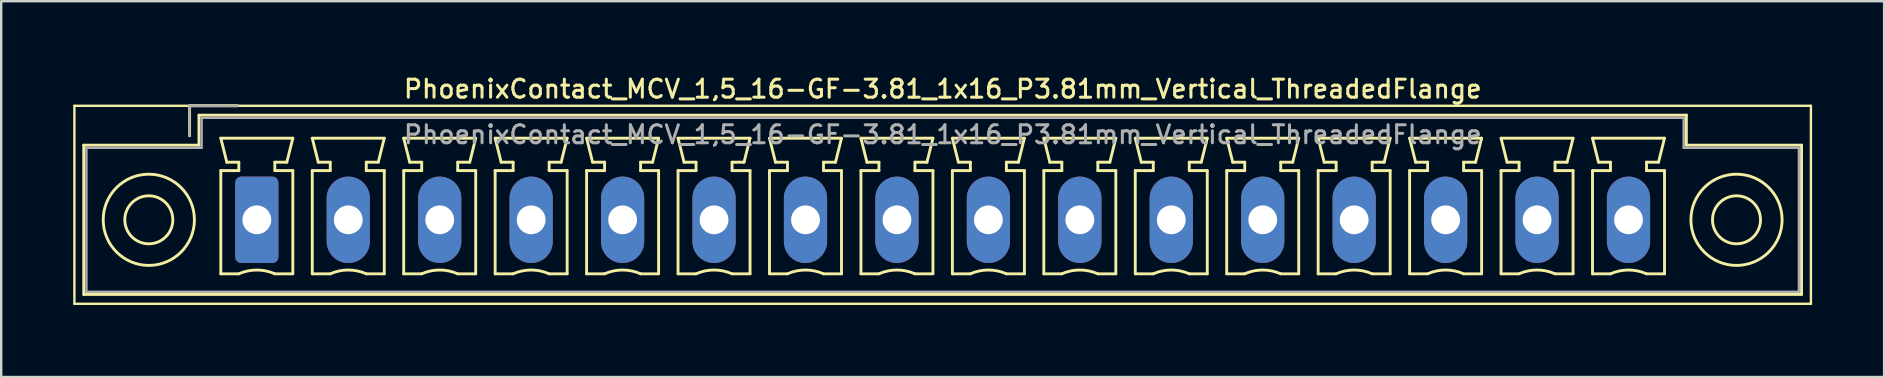
<source format=kicad_pcb>
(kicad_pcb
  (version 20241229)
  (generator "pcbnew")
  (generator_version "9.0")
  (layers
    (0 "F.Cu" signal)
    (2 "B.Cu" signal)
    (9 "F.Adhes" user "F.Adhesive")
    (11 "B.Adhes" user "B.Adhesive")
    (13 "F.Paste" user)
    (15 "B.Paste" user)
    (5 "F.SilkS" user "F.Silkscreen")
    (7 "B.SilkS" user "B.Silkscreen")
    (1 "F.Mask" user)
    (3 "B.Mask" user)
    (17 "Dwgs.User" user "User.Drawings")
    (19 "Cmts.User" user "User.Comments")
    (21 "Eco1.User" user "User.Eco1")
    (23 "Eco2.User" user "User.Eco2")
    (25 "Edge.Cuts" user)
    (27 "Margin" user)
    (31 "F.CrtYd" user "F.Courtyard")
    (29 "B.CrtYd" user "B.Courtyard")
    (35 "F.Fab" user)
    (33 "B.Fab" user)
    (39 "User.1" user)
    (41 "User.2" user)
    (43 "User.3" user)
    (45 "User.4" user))
  (footprint "PhoenixContact_MCV_1,5_16-GF-3.81_1x16_P3.81mm_Vertical_ThreadedFlange"
    (layer "F.Cu")
    (at 7.65 6.108)
    (property "Reference" "PhoenixContact_MCV_1,5_16-GF-3.81_1x16_P3.81mm_Vertical_ThreadedFlange" (at 28.58 -5.45 0) (layer "F.SilkS") (effects (font (size 0.75 0.75) (thickness 0.125))))
    (attr through_hole)
    (fp_line (start -7.6 -4.75) (end -7.6 3.5) (stroke (width 0.1) (type solid)) (layer "F.SilkS"))
    (fp_line (start -7.6 3.5) (end 64.75 3.5) (stroke (width 0.1) (type solid)) (layer "F.SilkS"))
    (fp_line (start -7.21 -3.11) (end -7.21 3.11) (stroke (width 0.12) (type solid)) (layer "F.SilkS"))
    (fp_line (start -7.21 3.11) (end 64.36 3.11) (stroke (width 0.12) (type solid)) (layer "F.SilkS"))
    (fp_line (start -2.8 -4.75) (end -0.8 -4.75) (stroke (width 0.12) (type solid)) (layer "F.SilkS"))
    (fp_line (start -2.8 -3.5) (end -2.8 -4.75) (stroke (width 0.12) (type solid)) (layer "F.SilkS"))
    (fp_line (start -2.41 -4.36) (end -2.41 -3.11) (stroke (width 0.12) (type solid)) (layer "F.SilkS"))
    (fp_line (start -2.41 -3.11) (end -7.21 -3.11) (stroke (width 0.12) (type solid)) (layer "F.SilkS"))
    (fp_line (start -1.5 -3.4) (end 1.5 -3.4) (stroke (width 0.12) (type solid)) (layer "F.SilkS"))
    (fp_line (start -1.5 -2.05) (end -0.75 -2.05) (stroke (width 0.12) (type solid)) (layer "F.SilkS"))
    (fp_line (start -1.5 2.25) (end -1.5 -2.05) (stroke (width 0.12) (type solid)) (layer "F.SilkS"))
    (fp_line (start -1.25 -2.4) (end -1.5 -3.4) (stroke (width 0.12) (type solid)) (layer "F.SilkS"))
    (fp_line (start -0.75 -2.4) (end -1.25 -2.4) (stroke (width 0.12) (type solid)) (layer "F.SilkS"))
    (fp_line (start -0.75 -2.05) (end -0.75 -2.4) (stroke (width 0.12) (type solid)) (layer "F.SilkS"))
    (fp_line (start -0.75 2.25) (end -1.5 2.25) (stroke (width 0.12) (type solid)) (layer "F.SilkS"))
    (fp_line (start 0.75 -2.4) (end 0.75 -2.05) (stroke (width 0.12) (type solid)) (layer "F.SilkS"))
    (fp_line (start 0.75 -2.05) (end 1.5 -2.05) (stroke (width 0.12) (type solid)) (layer "F.SilkS"))
    (fp_line (start 1.25 -2.4) (end 0.75 -2.4) (stroke (width 0.12) (type solid)) (layer "F.SilkS"))
    (fp_line (start 1.5 -3.4) (end 1.25 -2.4) (stroke (width 0.12) (type solid)) (layer "F.SilkS"))
    (fp_line (start 1.5 -2.05) (end 1.5 2.25) (stroke (width 0.12) (type solid)) (layer "F.SilkS"))
    (fp_line (start 1.5 2.25) (end 0.75 2.25) (stroke (width 0.12) (type solid)) (layer "F.SilkS"))
    (fp_line (start 2.31 -3.4) (end 5.31 -3.4) (stroke (width 0.12) (type solid)) (layer "F.SilkS"))
    (fp_line (start 2.31 -2.05) (end 3.06 -2.05) (stroke (width 0.12) (type solid)) (layer "F.SilkS"))
    (fp_line (start 2.31 2.25) (end 2.31 -2.05) (stroke (width 0.12) (type solid)) (layer "F.SilkS"))
    (fp_line (start 2.56 -2.4) (end 2.31 -3.4) (stroke (width 0.12) (type solid)) (layer "F.SilkS"))
    (fp_line (start 3.06 -2.4) (end 2.56 -2.4) (stroke (width 0.12) (type solid)) (layer "F.SilkS"))
    (fp_line (start 3.06 -2.05) (end 3.06 -2.4) (stroke (width 0.12) (type solid)) (layer "F.SilkS"))
    (fp_line (start 3.06 2.25) (end 2.31 2.25) (stroke (width 0.12) (type solid)) (layer "F.SilkS"))
    (fp_line (start 4.56 -2.4) (end 4.56 -2.05) (stroke (width 0.12) (type solid)) (layer "F.SilkS"))
    (fp_line (start 4.56 -2.05) (end 5.31 -2.05) (stroke (width 0.12) (type solid)) (layer "F.SilkS"))
    (fp_line (start 5.06 -2.4) (end 4.56 -2.4) (stroke (width 0.12) (type solid)) (layer "F.SilkS"))
    (fp_line (start 5.31 -3.4) (end 5.06 -2.4) (stroke (width 0.12) (type solid)) (layer "F.SilkS"))
    (fp_line (start 5.31 -2.05) (end 5.31 2.25) (stroke (width 0.12) (type solid)) (layer "F.SilkS"))
    (fp_line (start 5.31 2.25) (end 4.56 2.25) (stroke (width 0.12) (type solid)) (layer "F.SilkS"))
    (fp_line (start 6.12 -3.4) (end 9.12 -3.4) (stroke (width 0.12) (type solid)) (layer "F.SilkS"))
    (fp_line (start 6.12 -2.05) (end 6.87 -2.05) (stroke (width 0.12) (type solid)) (layer "F.SilkS"))
    (fp_line (start 6.12 2.25) (end 6.12 -2.05) (stroke (width 0.12) (type solid)) (layer "F.SilkS"))
    (fp_line (start 6.37 -2.4) (end 6.12 -3.4) (stroke (width 0.12) (type solid)) (layer "F.SilkS"))
    (fp_line (start 6.87 -2.4) (end 6.37 -2.4) (stroke (width 0.12) (type solid)) (layer "F.SilkS"))
    (fp_line (start 6.87 -2.05) (end 6.87 -2.4) (stroke (width 0.12) (type solid)) (layer "F.SilkS"))
    (fp_line (start 6.87 2.25) (end 6.12 2.25) (stroke (width 0.12) (type solid)) (layer "F.SilkS"))
    (fp_line (start 8.37 -2.4) (end 8.37 -2.05) (stroke (width 0.12) (type solid)) (layer "F.SilkS"))
    (fp_line (start 8.37 -2.05) (end 9.12 -2.05) (stroke (width 0.12) (type solid)) (layer "F.SilkS"))
    (fp_line (start 8.87 -2.4) (end 8.37 -2.4) (stroke (width 0.12) (type solid)) (layer "F.SilkS"))
    (fp_line (start 9.12 -3.4) (end 8.87 -2.4) (stroke (width 0.12) (type solid)) (layer "F.SilkS"))
    (fp_line (start 9.12 -2.05) (end 9.12 2.25) (stroke (width 0.12) (type solid)) (layer "F.SilkS"))
    (fp_line (start 9.12 2.25) (end 8.37 2.25) (stroke (width 0.12) (type solid)) (layer "F.SilkS"))
    (fp_line (start 9.93 -3.4) (end 12.93 -3.4) (stroke (width 0.12) (type solid)) (layer "F.SilkS"))
    (fp_line (start 9.93 -2.05) (end 10.68 -2.05) (stroke (width 0.12) (type solid)) (layer "F.SilkS"))
    (fp_line (start 9.93 2.25) (end 9.93 -2.05) (stroke (width 0.12) (type solid)) (layer "F.SilkS"))
    (fp_line (start 10.18 -2.4) (end 9.93 -3.4) (stroke (width 0.12) (type solid)) (layer "F.SilkS"))
    (fp_line (start 10.68 -2.4) (end 10.18 -2.4) (stroke (width 0.12) (type solid)) (layer "F.SilkS"))
    (fp_line (start 10.68 -2.05) (end 10.68 -2.4) (stroke (width 0.12) (type solid)) (layer "F.SilkS"))
    (fp_line (start 10.68 2.25) (end 9.93 2.25) (stroke (width 0.12) (type solid)) (layer "F.SilkS"))
    (fp_line (start 12.18 -2.4) (end 12.18 -2.05) (stroke (width 0.12) (type solid)) (layer "F.SilkS"))
    (fp_line (start 12.18 -2.05) (end 12.93 -2.05) (stroke (width 0.12) (type solid)) (layer "F.SilkS"))
    (fp_line (start 12.68 -2.4) (end 12.18 -2.4) (stroke (width 0.12) (type solid)) (layer "F.SilkS"))
    (fp_line (start 12.93 -3.4) (end 12.68 -2.4) (stroke (width 0.12) (type solid)) (layer "F.SilkS"))
    (fp_line (start 12.93 -2.05) (end 12.93 2.25) (stroke (width 0.12) (type solid)) (layer "F.SilkS"))
    (fp_line (start 12.93 2.25) (end 12.18 2.25) (stroke (width 0.12) (type solid)) (layer "F.SilkS"))
    (fp_line (start 13.74 -3.4) (end 16.74 -3.4) (stroke (width 0.12) (type solid)) (layer "F.SilkS"))
    (fp_line (start 13.74 -2.05) (end 14.49 -2.05) (stroke (width 0.12) (type solid)) (layer "F.SilkS"))
    (fp_line (start 13.74 2.25) (end 13.74 -2.05) (stroke (width 0.12) (type solid)) (layer "F.SilkS"))
    (fp_line (start 13.99 -2.4) (end 13.74 -3.4) (stroke (width 0.12) (type solid)) (layer "F.SilkS"))
    (fp_line (start 14.49 -2.4) (end 13.99 -2.4) (stroke (width 0.12) (type solid)) (layer "F.SilkS"))
    (fp_line (start 14.49 -2.05) (end 14.49 -2.4) (stroke (width 0.12) (type solid)) (layer "F.SilkS"))
    (fp_line (start 14.49 2.25) (end 13.74 2.25) (stroke (width 0.12) (type solid)) (layer "F.SilkS"))
    (fp_line (start 15.99 -2.4) (end 15.99 -2.05) (stroke (width 0.12) (type solid)) (layer "F.SilkS"))
    (fp_line (start 15.99 -2.05) (end 16.74 -2.05) (stroke (width 0.12) (type solid)) (layer "F.SilkS"))
    (fp_line (start 16.49 -2.4) (end 15.99 -2.4) (stroke (width 0.12) (type solid)) (layer "F.SilkS"))
    (fp_line (start 16.74 -3.4) (end 16.49 -2.4) (stroke (width 0.12) (type solid)) (layer "F.SilkS"))
    (fp_line (start 16.74 -2.05) (end 16.74 2.25) (stroke (width 0.12) (type solid)) (layer "F.SilkS"))
    (fp_line (start 16.74 2.25) (end 15.99 2.25) (stroke (width 0.12) (type solid)) (layer "F.SilkS"))
    (fp_line (start 17.55 -3.4) (end 20.55 -3.4) (stroke (width 0.12) (type solid)) (layer "F.SilkS"))
    (fp_line (start 17.55 -2.05) (end 18.3 -2.05) (stroke (width 0.12) (type solid)) (layer "F.SilkS"))
    (fp_line (start 17.55 2.25) (end 17.55 -2.05) (stroke (width 0.12) (type solid)) (layer "F.SilkS"))
    (fp_line (start 17.8 -2.4) (end 17.55 -3.4) (stroke (width 0.12) (type solid)) (layer "F.SilkS"))
    (fp_line (start 18.3 -2.4) (end 17.8 -2.4) (stroke (width 0.12) (type solid)) (layer "F.SilkS"))
    (fp_line (start 18.3 -2.05) (end 18.3 -2.4) (stroke (width 0.12) (type solid)) (layer "F.SilkS"))
    (fp_line (start 18.3 2.25) (end 17.55 2.25) (stroke (width 0.12) (type solid)) (layer "F.SilkS"))
    (fp_line (start 19.8 -2.4) (end 19.8 -2.05) (stroke (width 0.12) (type solid)) (layer "F.SilkS"))
    (fp_line (start 19.8 -2.05) (end 20.55 -2.05) (stroke (width 0.12) (type solid)) (layer "F.SilkS"))
    (fp_line (start 20.3 -2.4) (end 19.8 -2.4) (stroke (width 0.12) (type solid)) (layer "F.SilkS"))
    (fp_line (start 20.55 -3.4) (end 20.3 -2.4) (stroke (width 0.12) (type solid)) (layer "F.SilkS"))
    (fp_line (start 20.55 -2.05) (end 20.55 2.25) (stroke (width 0.12) (type solid)) (layer "F.SilkS"))
    (fp_line (start 20.55 2.25) (end 19.8 2.25) (stroke (width 0.12) (type solid)) (layer "F.SilkS"))
    (fp_line (start 21.36 -3.4) (end 24.36 -3.4) (stroke (width 0.12) (type solid)) (layer "F.SilkS"))
    (fp_line (start 21.36 -2.05) (end 22.11 -2.05) (stroke (width 0.12) (type solid)) (layer "F.SilkS"))
    (fp_line (start 21.36 2.25) (end 21.36 -2.05) (stroke (width 0.12) (type solid)) (layer "F.SilkS"))
    (fp_line (start 21.61 -2.4) (end 21.36 -3.4) (stroke (width 0.12) (type solid)) (layer "F.SilkS"))
    (fp_line (start 22.11 -2.4) (end 21.61 -2.4) (stroke (width 0.12) (type solid)) (layer "F.SilkS"))
    (fp_line (start 22.11 -2.05) (end 22.11 -2.4) (stroke (width 0.12) (type solid)) (layer "F.SilkS"))
    (fp_line (start 22.11 2.25) (end 21.36 2.25) (stroke (width 0.12) (type solid)) (layer "F.SilkS"))
    (fp_line (start 23.61 -2.4) (end 23.61 -2.05) (stroke (width 0.12) (type solid)) (layer "F.SilkS"))
    (fp_line (start 23.61 -2.05) (end 24.36 -2.05) (stroke (width 0.12) (type solid)) (layer "F.SilkS"))
    (fp_line (start 24.11 -2.4) (end 23.61 -2.4) (stroke (width 0.12) (type solid)) (layer "F.SilkS"))
    (fp_line (start 24.36 -3.4) (end 24.11 -2.4) (stroke (width 0.12) (type solid)) (layer "F.SilkS"))
    (fp_line (start 24.36 -2.05) (end 24.36 2.25) (stroke (width 0.12) (type solid)) (layer "F.SilkS"))
    (fp_line (start 24.36 2.25) (end 23.61 2.25) (stroke (width 0.12) (type solid)) (layer "F.SilkS"))
    (fp_line (start 25.17 -3.4) (end 28.17 -3.4) (stroke (width 0.12) (type solid)) (layer "F.SilkS"))
    (fp_line (start 25.17 -2.05) (end 25.92 -2.05) (stroke (width 0.12) (type solid)) (layer "F.SilkS"))
    (fp_line (start 25.17 2.25) (end 25.17 -2.05) (stroke (width 0.12) (type solid)) (layer "F.SilkS"))
    (fp_line (start 25.42 -2.4) (end 25.17 -3.4) (stroke (width 0.12) (type solid)) (layer "F.SilkS"))
    (fp_line (start 25.92 -2.4) (end 25.42 -2.4) (stroke (width 0.12) (type solid)) (layer "F.SilkS"))
    (fp_line (start 25.92 -2.05) (end 25.92 -2.4) (stroke (width 0.12) (type solid)) (layer "F.SilkS"))
    (fp_line (start 25.92 2.25) (end 25.17 2.25) (stroke (width 0.12) (type solid)) (layer "F.SilkS"))
    (fp_line (start 27.42 -2.4) (end 27.42 -2.05) (stroke (width 0.12) (type solid)) (layer "F.SilkS"))
    (fp_line (start 27.42 -2.05) (end 28.17 -2.05) (stroke (width 0.12) (type solid)) (layer "F.SilkS"))
    (fp_line (start 27.92 -2.4) (end 27.42 -2.4) (stroke (width 0.12) (type solid)) (layer "F.SilkS"))
    (fp_line (start 28.17 -3.4) (end 27.92 -2.4) (stroke (width 0.12) (type solid)) (layer "F.SilkS"))
    (fp_line (start 28.17 -2.05) (end 28.17 2.25) (stroke (width 0.12) (type solid)) (layer "F.SilkS"))
    (fp_line (start 28.17 2.25) (end 27.42 2.25) (stroke (width 0.12) (type solid)) (layer "F.SilkS"))
    (fp_line (start 28.98 -3.4) (end 31.98 -3.4) (stroke (width 0.12) (type solid)) (layer "F.SilkS"))
    (fp_line (start 28.98 -2.05) (end 29.73 -2.05) (stroke (width 0.12) (type solid)) (layer "F.SilkS"))
    (fp_line (start 28.98 2.25) (end 28.98 -2.05) (stroke (width 0.12) (type solid)) (layer "F.SilkS"))
    (fp_line (start 29.23 -2.4) (end 28.98 -3.4) (stroke (width 0.12) (type solid)) (layer "F.SilkS"))
    (fp_line (start 29.73 -2.4) (end 29.23 -2.4) (stroke (width 0.12) (type solid)) (layer "F.SilkS"))
    (fp_line (start 29.73 -2.05) (end 29.73 -2.4) (stroke (width 0.12) (type solid)) (layer "F.SilkS"))
    (fp_line (start 29.73 2.25) (end 28.98 2.25) (stroke (width 0.12) (type solid)) (layer "F.SilkS"))
    (fp_line (start 31.23 -2.4) (end 31.23 -2.05) (stroke (width 0.12) (type solid)) (layer "F.SilkS"))
    (fp_line (start 31.23 -2.05) (end 31.98 -2.05) (stroke (width 0.12) (type solid)) (layer "F.SilkS"))
    (fp_line (start 31.73 -2.4) (end 31.23 -2.4) (stroke (width 0.12) (type solid)) (layer "F.SilkS"))
    (fp_line (start 31.98 -3.4) (end 31.73 -2.4) (stroke (width 0.12) (type solid)) (layer "F.SilkS"))
    (fp_line (start 31.98 -2.05) (end 31.98 2.25) (stroke (width 0.12) (type solid)) (layer "F.SilkS"))
    (fp_line (start 31.98 2.25) (end 31.23 2.25) (stroke (width 0.12) (type solid)) (layer "F.SilkS"))
    (fp_line (start 32.79 -3.4) (end 35.79 -3.4) (stroke (width 0.12) (type solid)) (layer "F.SilkS"))
    (fp_line (start 32.79 -2.05) (end 33.54 -2.05) (stroke (width 0.12) (type solid)) (layer "F.SilkS"))
    (fp_line (start 32.79 2.25) (end 32.79 -2.05) (stroke (width 0.12) (type solid)) (layer "F.SilkS"))
    (fp_line (start 33.04 -2.4) (end 32.79 -3.4) (stroke (width 0.12) (type solid)) (layer "F.SilkS"))
    (fp_line (start 33.54 -2.4) (end 33.04 -2.4) (stroke (width 0.12) (type solid)) (layer "F.SilkS"))
    (fp_line (start 33.54 -2.05) (end 33.54 -2.4) (stroke (width 0.12) (type solid)) (layer "F.SilkS"))
    (fp_line (start 33.54 2.25) (end 32.79 2.25) (stroke (width 0.12) (type solid)) (layer "F.SilkS"))
    (fp_line (start 35.04 -2.4) (end 35.04 -2.05) (stroke (width 0.12) (type solid)) (layer "F.SilkS"))
    (fp_line (start 35.04 -2.05) (end 35.79 -2.05) (stroke (width 0.12) (type solid)) (layer "F.SilkS"))
    (fp_line (start 35.54 -2.4) (end 35.04 -2.4) (stroke (width 0.12) (type solid)) (layer "F.SilkS"))
    (fp_line (start 35.79 -3.4) (end 35.54 -2.4) (stroke (width 0.12) (type solid)) (layer "F.SilkS"))
    (fp_line (start 35.79 -2.05) (end 35.79 2.25) (stroke (width 0.12) (type solid)) (layer "F.SilkS"))
    (fp_line (start 35.79 2.25) (end 35.04 2.25) (stroke (width 0.12) (type solid)) (layer "F.SilkS"))
    (fp_line (start 36.6 -3.4) (end 39.6 -3.4) (stroke (width 0.12) (type solid)) (layer "F.SilkS"))
    (fp_line (start 36.6 -2.05) (end 37.35 -2.05) (stroke (width 0.12) (type solid)) (layer "F.SilkS"))
    (fp_line (start 36.6 2.25) (end 36.6 -2.05) (stroke (width 0.12) (type solid)) (layer "F.SilkS"))
    (fp_line (start 36.85 -2.4) (end 36.6 -3.4) (stroke (width 0.12) (type solid)) (layer "F.SilkS"))
    (fp_line (start 37.35 -2.4) (end 36.85 -2.4) (stroke (width 0.12) (type solid)) (layer "F.SilkS"))
    (fp_line (start 37.35 -2.05) (end 37.35 -2.4) (stroke (width 0.12) (type solid)) (layer "F.SilkS"))
    (fp_line (start 37.35 2.25) (end 36.6 2.25) (stroke (width 0.12) (type solid)) (layer "F.SilkS"))
    (fp_line (start 38.85 -2.4) (end 38.85 -2.05) (stroke (width 0.12) (type solid)) (layer "F.SilkS"))
    (fp_line (start 38.85 -2.05) (end 39.6 -2.05) (stroke (width 0.12) (type solid)) (layer "F.SilkS"))
    (fp_line (start 39.35 -2.4) (end 38.85 -2.4) (stroke (width 0.12) (type solid)) (layer "F.SilkS"))
    (fp_line (start 39.6 -3.4) (end 39.35 -2.4) (stroke (width 0.12) (type solid)) (layer "F.SilkS"))
    (fp_line (start 39.6 -2.05) (end 39.6 2.25) (stroke (width 0.12) (type solid)) (layer "F.SilkS"))
    (fp_line (start 39.6 2.25) (end 38.85 2.25) (stroke (width 0.12) (type solid)) (layer "F.SilkS"))
    (fp_line (start 40.41 -3.4) (end 43.41 -3.4) (stroke (width 0.12) (type solid)) (layer "F.SilkS"))
    (fp_line (start 40.41 -2.05) (end 41.16 -2.05) (stroke (width 0.12) (type solid)) (layer "F.SilkS"))
    (fp_line (start 40.41 2.25) (end 40.41 -2.05) (stroke (width 0.12) (type solid)) (layer "F.SilkS"))
    (fp_line (start 40.66 -2.4) (end 40.41 -3.4) (stroke (width 0.12) (type solid)) (layer "F.SilkS"))
    (fp_line (start 41.16 -2.4) (end 40.66 -2.4) (stroke (width 0.12) (type solid)) (layer "F.SilkS"))
    (fp_line (start 41.16 -2.05) (end 41.16 -2.4) (stroke (width 0.12) (type solid)) (layer "F.SilkS"))
    (fp_line (start 41.16 2.25) (end 40.41 2.25) (stroke (width 0.12) (type solid)) (layer "F.SilkS"))
    (fp_line (start 42.66 -2.4) (end 42.66 -2.05) (stroke (width 0.12) (type solid)) (layer "F.SilkS"))
    (fp_line (start 42.66 -2.05) (end 43.41 -2.05) (stroke (width 0.12) (type solid)) (layer "F.SilkS"))
    (fp_line (start 43.16 -2.4) (end 42.66 -2.4) (stroke (width 0.12) (type solid)) (layer "F.SilkS"))
    (fp_line (start 43.41 -3.4) (end 43.16 -2.4) (stroke (width 0.12) (type solid)) (layer "F.SilkS"))
    (fp_line (start 43.41 -2.05) (end 43.41 2.25) (stroke (width 0.12) (type solid)) (layer "F.SilkS"))
    (fp_line (start 43.41 2.25) (end 42.66 2.25) (stroke (width 0.12) (type solid)) (layer "F.SilkS"))
    (fp_line (start 44.22 -3.4) (end 47.22 -3.4) (stroke (width 0.12) (type solid)) (layer "F.SilkS"))
    (fp_line (start 44.22 -2.05) (end 44.97 -2.05) (stroke (width 0.12) (type solid)) (layer "F.SilkS"))
    (fp_line (start 44.22 2.25) (end 44.22 -2.05) (stroke (width 0.12) (type solid)) (layer "F.SilkS"))
    (fp_line (start 44.47 -2.4) (end 44.22 -3.4) (stroke (width 0.12) (type solid)) (layer "F.SilkS"))
    (fp_line (start 44.97 -2.4) (end 44.47 -2.4) (stroke (width 0.12) (type solid)) (layer "F.SilkS"))
    (fp_line (start 44.97 -2.05) (end 44.97 -2.4) (stroke (width 0.12) (type solid)) (layer "F.SilkS"))
    (fp_line (start 44.97 2.25) (end 44.22 2.25) (stroke (width 0.12) (type solid)) (layer "F.SilkS"))
    (fp_line (start 46.47 -2.4) (end 46.47 -2.05) (stroke (width 0.12) (type solid)) (layer "F.SilkS"))
    (fp_line (start 46.47 -2.05) (end 47.22 -2.05) (stroke (width 0.12) (type solid)) (layer "F.SilkS"))
    (fp_line (start 46.97 -2.4) (end 46.47 -2.4) (stroke (width 0.12) (type solid)) (layer "F.SilkS"))
    (fp_line (start 47.22 -3.4) (end 46.97 -2.4) (stroke (width 0.12) (type solid)) (layer "F.SilkS"))
    (fp_line (start 47.22 -2.05) (end 47.22 2.25) (stroke (width 0.12) (type solid)) (layer "F.SilkS"))
    (fp_line (start 47.22 2.25) (end 46.47 2.25) (stroke (width 0.12) (type solid)) (layer "F.SilkS"))
    (fp_line (start 48.03 -3.4) (end 51.03 -3.4) (stroke (width 0.12) (type solid)) (layer "F.SilkS"))
    (fp_line (start 48.03 -2.05) (end 48.78 -2.05) (stroke (width 0.12) (type solid)) (layer "F.SilkS"))
    (fp_line (start 48.03 2.25) (end 48.03 -2.05) (stroke (width 0.12) (type solid)) (layer "F.SilkS"))
    (fp_line (start 48.28 -2.4) (end 48.03 -3.4) (stroke (width 0.12) (type solid)) (layer "F.SilkS"))
    (fp_line (start 48.78 -2.4) (end 48.28 -2.4) (stroke (width 0.12) (type solid)) (layer "F.SilkS"))
    (fp_line (start 48.78 -2.05) (end 48.78 -2.4) (stroke (width 0.12) (type solid)) (layer "F.SilkS"))
    (fp_line (start 48.78 2.25) (end 48.03 2.25) (stroke (width 0.12) (type solid)) (layer "F.SilkS"))
    (fp_line (start 50.28 -2.4) (end 50.28 -2.05) (stroke (width 0.12) (type solid)) (layer "F.SilkS"))
    (fp_line (start 50.28 -2.05) (end 51.03 -2.05) (stroke (width 0.12) (type solid)) (layer "F.SilkS"))
    (fp_line (start 50.78 -2.4) (end 50.28 -2.4) (stroke (width 0.12) (type solid)) (layer "F.SilkS"))
    (fp_line (start 51.03 -3.4) (end 50.78 -2.4) (stroke (width 0.12) (type solid)) (layer "F.SilkS"))
    (fp_line (start 51.03 -2.05) (end 51.03 2.25) (stroke (width 0.12) (type solid)) (layer "F.SilkS"))
    (fp_line (start 51.03 2.25) (end 50.28 2.25) (stroke (width 0.12) (type solid)) (layer "F.SilkS"))
    (fp_line (start 51.84 -3.4) (end 54.84 -3.4) (stroke (width 0.12) (type solid)) (layer "F.SilkS"))
    (fp_line (start 51.84 -2.05) (end 52.59 -2.05) (stroke (width 0.12) (type solid)) (layer "F.SilkS"))
    (fp_line (start 51.84 2.25) (end 51.84 -2.05) (stroke (width 0.12) (type solid)) (layer "F.SilkS"))
    (fp_line (start 52.09 -2.4) (end 51.84 -3.4) (stroke (width 0.12) (type solid)) (layer "F.SilkS"))
    (fp_line (start 52.59 -2.4) (end 52.09 -2.4) (stroke (width 0.12) (type solid)) (layer "F.SilkS"))
    (fp_line (start 52.59 -2.05) (end 52.59 -2.4) (stroke (width 0.12) (type solid)) (layer "F.SilkS"))
    (fp_line (start 52.59 2.25) (end 51.84 2.25) (stroke (width 0.12) (type solid)) (layer "F.SilkS"))
    (fp_line (start 54.09 -2.4) (end 54.09 -2.05) (stroke (width 0.12) (type solid)) (layer "F.SilkS"))
    (fp_line (start 54.09 -2.05) (end 54.84 -2.05) (stroke (width 0.12) (type solid)) (layer "F.SilkS"))
    (fp_line (start 54.59 -2.4) (end 54.09 -2.4) (stroke (width 0.12) (type solid)) (layer "F.SilkS"))
    (fp_line (start 54.84 -3.4) (end 54.59 -2.4) (stroke (width 0.12) (type solid)) (layer "F.SilkS"))
    (fp_line (start 54.84 -2.05) (end 54.84 2.25) (stroke (width 0.12) (type solid)) (layer "F.SilkS"))
    (fp_line (start 54.84 2.25) (end 54.09 2.25) (stroke (width 0.12) (type solid)) (layer "F.SilkS"))
    (fp_line (start 55.65 -3.4) (end 58.65 -3.4) (stroke (width 0.12) (type solid)) (layer "F.SilkS"))
    (fp_line (start 55.65 -2.05) (end 56.4 -2.05) (stroke (width 0.12) (type solid)) (layer "F.SilkS"))
    (fp_line (start 55.65 2.25) (end 55.65 -2.05) (stroke (width 0.12) (type solid)) (layer "F.SilkS"))
    (fp_line (start 55.9 -2.4) (end 55.65 -3.4) (stroke (width 0.12) (type solid)) (layer "F.SilkS"))
    (fp_line (start 56.4 -2.4) (end 55.9 -2.4) (stroke (width 0.12) (type solid)) (layer "F.SilkS"))
    (fp_line (start 56.4 -2.05) (end 56.4 -2.4) (stroke (width 0.12) (type solid)) (layer "F.SilkS"))
    (fp_line (start 56.4 2.25) (end 55.65 2.25) (stroke (width 0.12) (type solid)) (layer "F.SilkS"))
    (fp_line (start 57.9 -2.4) (end 57.9 -2.05) (stroke (width 0.12) (type solid)) (layer "F.SilkS"))
    (fp_line (start 57.9 -2.05) (end 58.65 -2.05) (stroke (width 0.12) (type solid)) (layer "F.SilkS"))
    (fp_line (start 58.4 -2.4) (end 57.9 -2.4) (stroke (width 0.12) (type solid)) (layer "F.SilkS"))
    (fp_line (start 58.65 -3.4) (end 58.4 -2.4) (stroke (width 0.12) (type solid)) (layer "F.SilkS"))
    (fp_line (start 58.65 -2.05) (end 58.65 2.25) (stroke (width 0.12) (type solid)) (layer "F.SilkS"))
    (fp_line (start 58.65 2.25) (end 57.9 2.25) (stroke (width 0.12) (type solid)) (layer "F.SilkS"))
    (fp_line (start 59.56 -4.36) (end -2.41 -4.36) (stroke (width 0.12) (type solid)) (layer "F.SilkS"))
    (fp_line (start 59.56 -3.11) (end 59.56 -4.36) (stroke (width 0.12) (type solid)) (layer "F.SilkS"))
    (fp_line (start 64.36 -3.11) (end 59.56 -3.11) (stroke (width 0.12) (type solid)) (layer "F.SilkS"))
    (fp_line (start 64.36 3.11) (end 64.36 -3.11) (stroke (width 0.12) (type solid)) (layer "F.SilkS"))
    (fp_line (start 64.75 -4.75) (end -7.6 -4.75) (stroke (width 0.1) (type solid)) (layer "F.SilkS"))
    (fp_line (start 64.75 3.5) (end 64.75 -4.75) (stroke (width 0.1) (type solid)) (layer "F.SilkS"))
    (fp_arc (start -0.75 2.25) (mid -0.000193 2.09191) (end 0.749647 2.249844) (stroke (width 0.12) (type solid)) (layer "F.SilkS"))
    (fp_arc (start 3.06 2.25) (mid 3.809807 2.09191) (end 4.559647 2.249844) (stroke (width 0.12) (type solid)) (layer "F.SilkS"))
    (fp_arc (start 6.87 2.25) (mid 7.619807 2.09191) (end 8.369647 2.249844) (stroke (width 0.12) (type solid)) (layer "F.SilkS"))
    (fp_arc (start 10.68 2.25) (mid 11.429807 2.09191) (end 12.179647 2.249844) (stroke (width 0.12) (type solid)) (layer "F.SilkS"))
    (fp_arc (start 14.49 2.25) (mid 15.239807 2.09191) (end 15.989647 2.249844) (stroke (width 0.12) (type solid)) (layer "F.SilkS"))
    (fp_arc (start 18.3 2.25) (mid 19.049807 2.09191) (end 19.799647 2.249844) (stroke (width 0.12) (type solid)) (layer "F.SilkS"))
    (fp_arc (start 22.11 2.25) (mid 22.859807 2.09191) (end 23.609647 2.249844) (stroke (width 0.12) (type solid)) (layer "F.SilkS"))
    (fp_arc (start 25.92 2.25) (mid 26.669807 2.09191) (end 27.419647 2.249844) (stroke (width 0.12) (type solid)) (layer "F.SilkS"))
    (fp_arc (start 29.73 2.25) (mid 30.479807 2.09191) (end 31.229647 2.249844) (stroke (width 0.12) (type solid)) (layer "F.SilkS"))
    (fp_arc (start 33.54 2.25) (mid 34.289807 2.09191) (end 35.039647 2.249844) (stroke (width 0.12) (type solid)) (layer "F.SilkS"))
    (fp_arc (start 37.35 2.25) (mid 38.099807 2.09191) (end 38.849647 2.249844) (stroke (width 0.12) (type solid)) (layer "F.SilkS"))
    (fp_arc (start 41.16 2.25) (mid 41.909807 2.09191) (end 42.659647 2.249844) (stroke (width 0.12) (type solid)) (layer "F.SilkS"))
    (fp_arc (start 44.97 2.25) (mid 45.719807 2.09191) (end 46.469647 2.249844) (stroke (width 0.12) (type solid)) (layer "F.SilkS"))
    (fp_arc (start 48.78 2.25) (mid 49.529807 2.09191) (end 50.279647 2.249844) (stroke (width 0.12) (type solid)) (layer "F.SilkS"))
    (fp_arc (start 52.59 2.25) (mid 53.339807 2.09191) (end 54.089647 2.249844) (stroke (width 0.12) (type solid)) (layer "F.SilkS"))
    (fp_arc (start 56.4 2.25) (mid 57.149807 2.09191) (end 57.899647 2.249844) (stroke (width 0.12) (type solid)) (layer "F.SilkS"))
    (fp_circle (center -4.5 0) (end -3.5 0) (stroke (width 0.12) (type solid)) (fill no) (layer "F.SilkS"))
    (fp_circle (center -4.5 0) (end -2.6 0) (stroke (width 0.12) (type solid)) (fill no) (layer "F.SilkS"))
    (fp_circle (center 61.65 0) (end 62.65 0) (stroke (width 0.12) (type solid)) (fill no) (layer "F.SilkS"))
    (fp_circle (center 61.65 0) (end 63.55 0) (stroke (width 0.12) (type solid)) (fill no) (layer "F.SilkS"))
    (fp_line (start -7.1 -3) (end -7.1 3) (stroke (width 0.1) (type solid)) (layer "F.Fab"))
    (fp_line (start -7.1 3) (end 64.25 3) (stroke (width 0.1) (type solid)) (layer "F.Fab"))
    (fp_line (start -2.8 -4.75) (end -0.8 -4.75) (stroke (width 0.1) (type solid)) (layer "F.Fab"))
    (fp_line (start -2.8 -3.5) (end -2.8 -4.75) (stroke (width 0.1) (type solid)) (layer "F.Fab"))
    (fp_line (start -2.3 -4.25) (end -2.3 -3) (stroke (width 0.1) (type solid)) (layer "F.Fab"))
    (fp_line (start -2.3 -3) (end -7.1 -3) (stroke (width 0.1) (type solid)) (layer "F.Fab"))
    (fp_line (start 59.45 -4.25) (end -2.3 -4.25) (stroke (width 0.1) (type solid)) (layer "F.Fab"))
    (fp_line (start 59.45 -3) (end 59.45 -4.25) (stroke (width 0.1) (type solid)) (layer "F.Fab"))
    (fp_line (start 64.25 -3) (end 59.45 -3) (stroke (width 0.1) (type solid)) (layer "F.Fab"))
    (fp_line (start 64.25 3) (end 64.25 -3) (stroke (width 0.1) (type solid)) (layer "F.Fab"))
    (fp_text user "${REFERENCE}" (at 28.58 -3.55 0) (layer "F.Fab") (effects (font (size 0.75 0.75) (thickness 0.125))))
    (pad "1" thru_hole roundrect (at 0 0) (size 1.8 3.6) (drill 1.2) (layers "*.Cu" "*.Mask") (roundrect_rratio 0.139))
    (pad "2" thru_hole oval (at 3.81 0) (size 1.8 3.6) (drill 1.2) (layers "*.Cu" "*.Mask"))
    (pad "3" thru_hole oval (at 7.62 0) (size 1.8 3.6) (drill 1.2) (layers "*.Cu" "*.Mask"))
    (pad "4" thru_hole oval (at 11.43 0) (size 1.8 3.6) (drill 1.2) (layers "*.Cu" "*.Mask"))
    (pad "5" thru_hole oval (at 15.24 0) (size 1.8 3.6) (drill 1.2) (layers "*.Cu" "*.Mask"))
    (pad "6" thru_hole oval (at 19.05 0) (size 1.8 3.6) (drill 1.2) (layers "*.Cu" "*.Mask"))
    (pad "7" thru_hole oval (at 22.86 0) (size 1.8 3.6) (drill 1.2) (layers "*.Cu" "*.Mask"))
    (pad "8" thru_hole oval (at 26.67 0) (size 1.8 3.6) (drill 1.2) (layers "*.Cu" "*.Mask"))
    (pad "9" thru_hole oval (at 30.48 0) (size 1.8 3.6) (drill 1.2) (layers "*.Cu" "*.Mask"))
    (pad "10" thru_hole oval (at 34.29 0) (size 1.8 3.6) (drill 1.2) (layers "*.Cu" "*.Mask"))
    (pad "11" thru_hole oval (at 38.1 0) (size 1.8 3.6) (drill 1.2) (layers "*.Cu" "*.Mask"))
    (pad "12" thru_hole oval (at 41.91 0) (size 1.8 3.6) (drill 1.2) (layers "*.Cu" "*.Mask"))
    (pad "13" thru_hole oval (at 45.72 0) (size 1.8 3.6) (drill 1.2) (layers "*.Cu" "*.Mask"))
    (pad "14" thru_hole oval (at 49.53 0) (size 1.8 3.6) (drill 1.2) (layers "*.Cu" "*.Mask"))
    (pad "15" thru_hole oval (at 53.34 0) (size 1.8 3.6) (drill 1.2) (layers "*.Cu" "*.Mask"))
    (pad "16" thru_hole oval (at 57.15 0) (size 1.8 3.6) (drill 1.2) (layers "*.Cu" "*.Mask")))
  (gr_rect
    (start -3 -3)
    (end 75.45 12.658)
    (stroke (width 0.1) (type default))
    (fill no)
    (layer "Edge.Cuts")))
</source>
